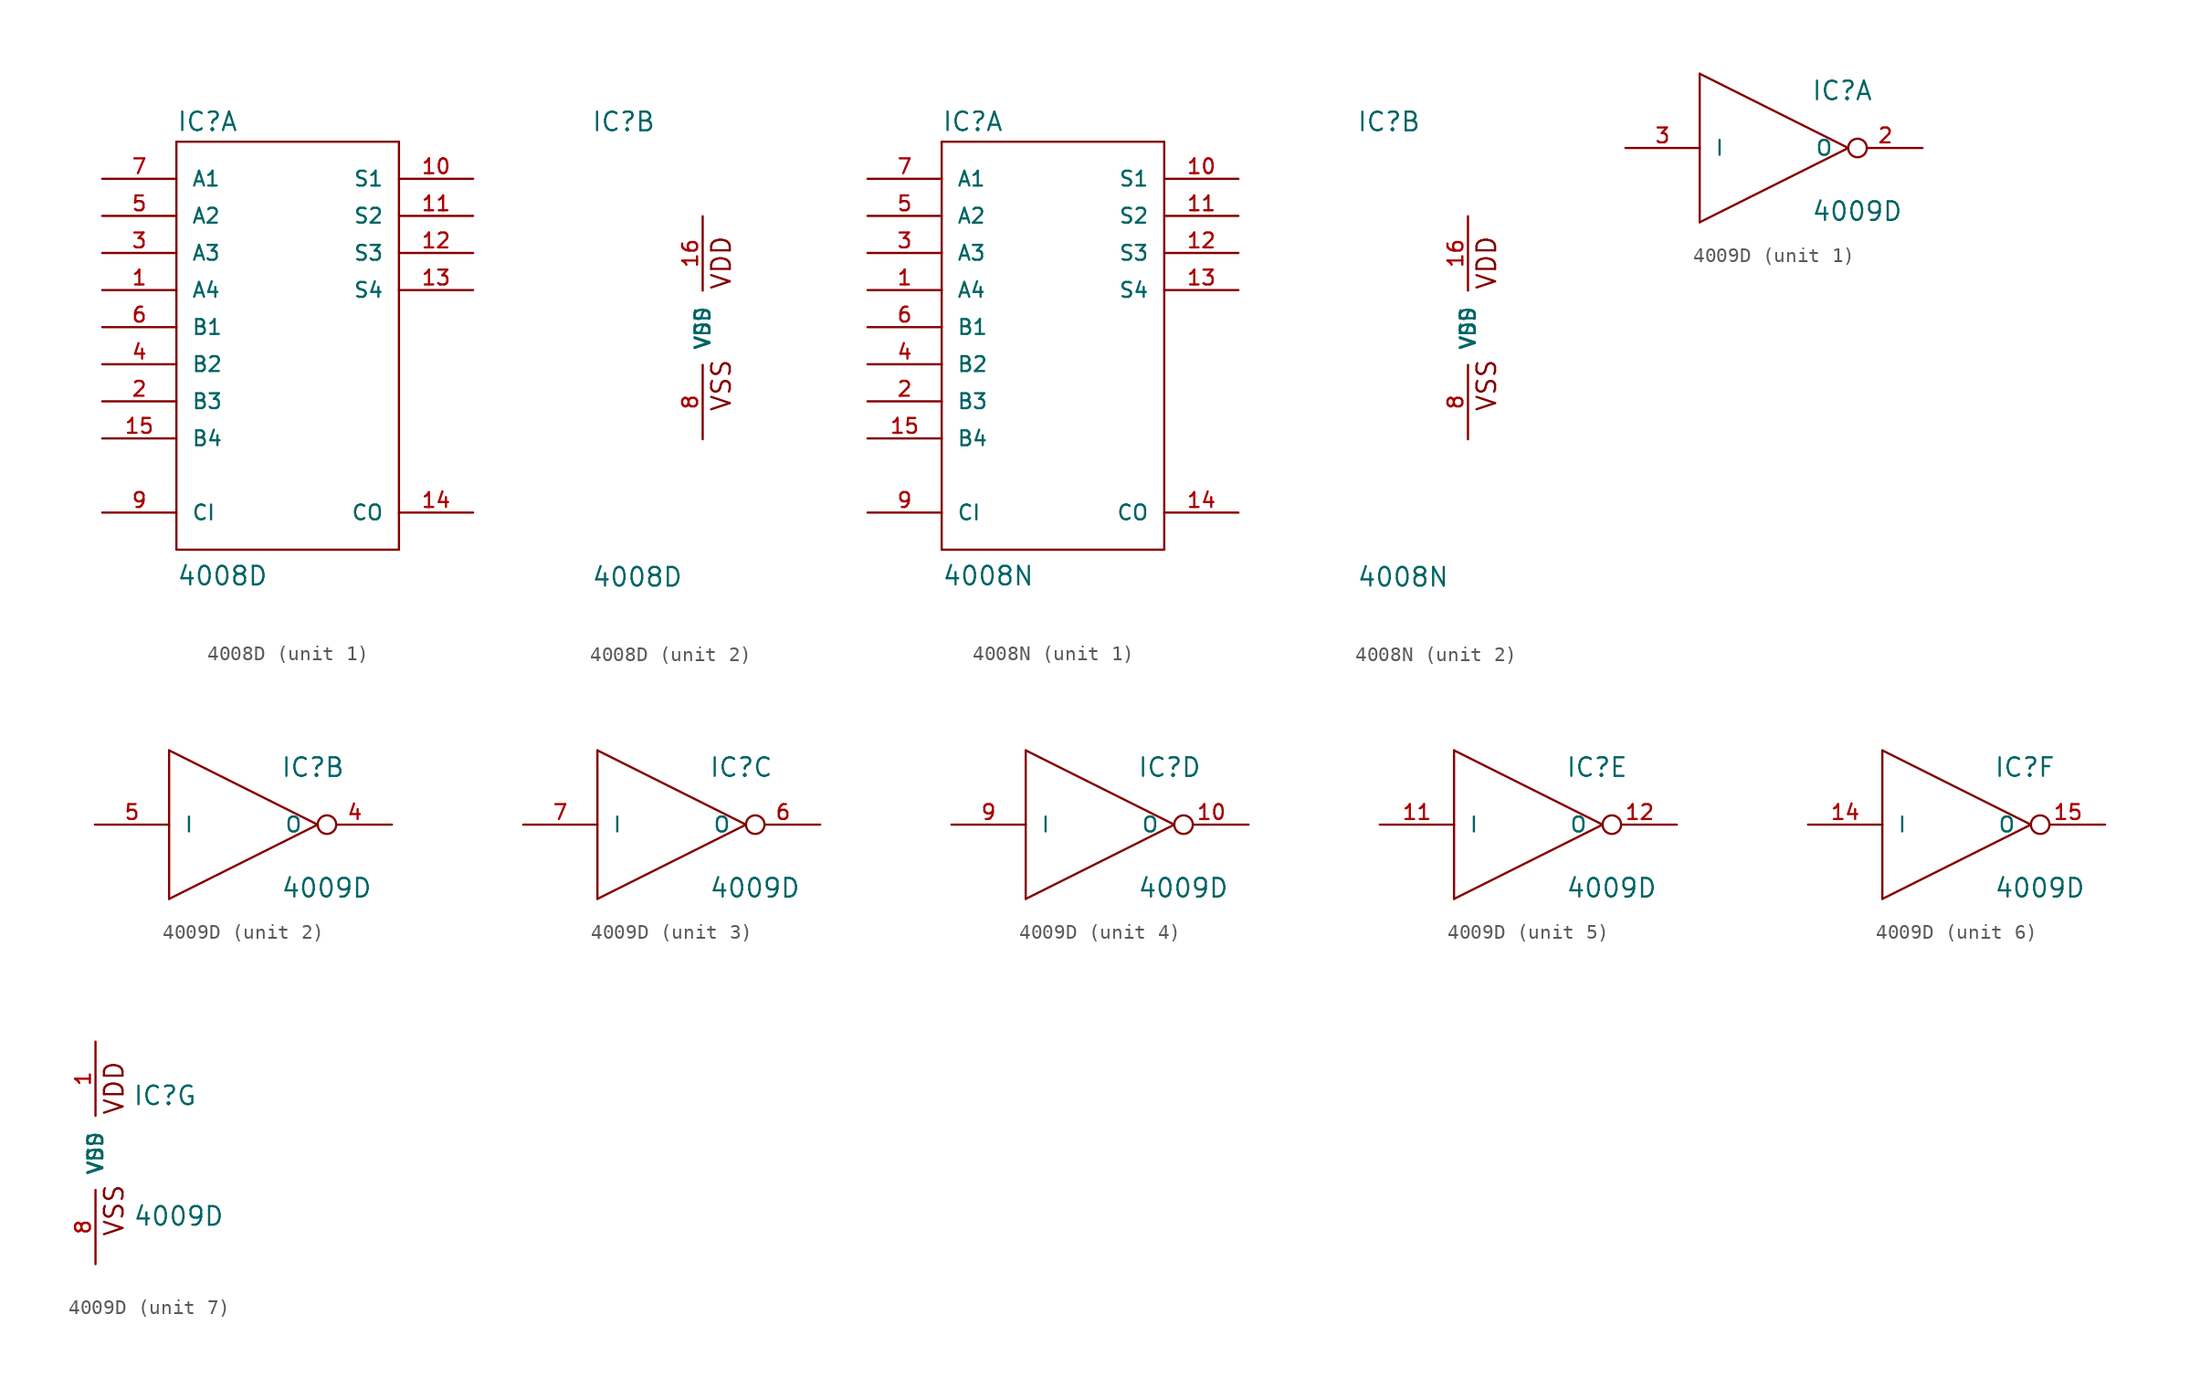
<source format=kicad_sym>
(kicad_symbol_lib
  (version 20211014)
  (generator kicad_symbol_editor)
  (symbol "4008D"
    (pin_names
      (offset 1.016))
    (property "Reference" "IC"
      (at -7.62 13.335 0)
      (effects (font (size 1.27 1.27)) (justify left bottom)))
    (property "Value" "4008D"
      (at -7.62 -17.78 0)
      (effects (font (size 1.27 1.27)) (justify left bottom)))
    (property "ki_locked" ""
      (at 0 0 0)
      (effects (font (size 1.27 1.27))))
    (symbol "4008D_1_0"
      (polyline (pts (xy -7.62 -15.24) (xy 7.62 -15.24)) (stroke (width 0) (type default) (color 0 0 0 0)) (fill (type none)))
      (polyline (pts (xy -7.62 12.7) (xy -7.62 -15.24)) (stroke (width 0) (type default) (color 0 0 0 0)) (fill (type none)))
      (polyline (pts (xy 7.62 -15.24) (xy 7.62 12.7)) (stroke (width 0) (type default) (color 0 0 0 0)) (fill (type none)))
      (polyline (pts (xy 7.62 12.7) (xy -7.62 12.7)) (stroke (width 0) (type default) (color 0 0 0 0)) (fill (type none))))
    (symbol "4008D_1_1"
      (pin input line (at -12.7 2.54 0) (length 5.08) (name "A4" (effects (font (size 1.016 1.016)))) (number "1" (effects (font (size 1.016 1.016)))))
      (pin output line (at 12.7 10.16 180) (length 5.08) (name "S1" (effects (font (size 1.016 1.016)))) (number "10" (effects (font (size 1.016 1.016)))))
      (pin output line (at 12.7 7.62 180) (length 5.08) (name "S2" (effects (font (size 1.016 1.016)))) (number "11" (effects (font (size 1.016 1.016)))))
      (pin output line (at 12.7 5.08 180) (length 5.08) (name "S3" (effects (font (size 1.016 1.016)))) (number "12" (effects (font (size 1.016 1.016)))))
      (pin output line (at 12.7 2.54 180) (length 5.08) (name "S4" (effects (font (size 1.016 1.016)))) (number "13" (effects (font (size 1.016 1.016)))))
      (pin output line (at 12.7 -12.7 180) (length 5.08) (name "CO" (effects (font (size 1.016 1.016)))) (number "14" (effects (font (size 1.016 1.016)))))
      (pin input line (at -12.7 -7.62 0) (length 5.08) (name "B4" (effects (font (size 1.016 1.016)))) (number "15" (effects (font (size 1.016 1.016)))))
      (pin input line (at -12.7 -5.08 0) (length 5.08) (name "B3" (effects (font (size 1.016 1.016)))) (number "2" (effects (font (size 1.016 1.016)))))
      (pin input line (at -12.7 5.08 0) (length 5.08) (name "A3" (effects (font (size 1.016 1.016)))) (number "3" (effects (font (size 1.016 1.016)))))
      (pin input line (at -12.7 -2.54 0) (length 5.08) (name "B2" (effects (font (size 1.016 1.016)))) (number "4" (effects (font (size 1.016 1.016)))))
      (pin input line (at -12.7 7.62 0) (length 5.08) (name "A2" (effects (font (size 1.016 1.016)))) (number "5" (effects (font (size 1.016 1.016)))))
      (pin input line (at -12.7 0 0) (length 5.08) (name "B1" (effects (font (size 1.016 1.016)))) (number "6" (effects (font (size 1.016 1.016)))))
      (pin input line (at -12.7 10.16 0) (length 5.08) (name "A1" (effects (font (size 1.016 1.016)))) (number "7" (effects (font (size 1.016 1.016)))))
      (pin input line (at -12.7 -12.7 0) (length 5.08) (name "CI" (effects (font (size 1.016 1.016)))) (number "9" (effects (font (size 1.016 1.016))))))
    (symbol "4008D_2_0"
      (text "VDD" (at 1.27 4.445 1) (effects (font (size 1.27 1.27))))
      (text "VSS" (at 1.27 -3.937 1) (effects (font (size 1.27 1.27)))))
    (symbol "4008D_2_1"
      (pin power_in line (at 0 7.62 270) (length 5.08) (name "VDD" (effects (font (size 1.016 1.016)))) (number "16" (effects (font (size 1.016 1.016)))))
      (pin power_in line (at 0 -7.62 90) (length 5.08) (name "VSS" (effects (font (size 1.016 1.016)))) (number "8" (effects (font (size 1.016 1.016)))))))
  (symbol "4008N"
    (pin_names
      (offset 1.016))
    (property "Reference" "IC"
      (at -7.62 13.335 0)
      (effects (font (size 1.27 1.27)) (justify left bottom)))
    (property "Value" "4008N"
      (at -7.62 -17.78 0)
      (effects (font (size 1.27 1.27)) (justify left bottom)))
    (property "ki_locked" ""
      (at 0 0 0)
      (effects (font (size 1.27 1.27))))
    (symbol "4008N_1_0"
      (polyline (pts (xy -7.62 -15.24) (xy 7.62 -15.24)) (stroke (width 0) (type default) (color 0 0 0 0)) (fill (type none)))
      (polyline (pts (xy -7.62 12.7) (xy -7.62 -15.24)) (stroke (width 0) (type default) (color 0 0 0 0)) (fill (type none)))
      (polyline (pts (xy 7.62 -15.24) (xy 7.62 12.7)) (stroke (width 0) (type default) (color 0 0 0 0)) (fill (type none)))
      (polyline (pts (xy 7.62 12.7) (xy -7.62 12.7)) (stroke (width 0) (type default) (color 0 0 0 0)) (fill (type none))))
    (symbol "4008N_1_1"
      (pin input line (at -12.7 2.54 0) (length 5.08) (name "A4" (effects (font (size 1.016 1.016)))) (number "1" (effects (font (size 1.016 1.016)))))
      (pin output line (at 12.7 10.16 180) (length 5.08) (name "S1" (effects (font (size 1.016 1.016)))) (number "10" (effects (font (size 1.016 1.016)))))
      (pin output line (at 12.7 7.62 180) (length 5.08) (name "S2" (effects (font (size 1.016 1.016)))) (number "11" (effects (font (size 1.016 1.016)))))
      (pin output line (at 12.7 5.08 180) (length 5.08) (name "S3" (effects (font (size 1.016 1.016)))) (number "12" (effects (font (size 1.016 1.016)))))
      (pin output line (at 12.7 2.54 180) (length 5.08) (name "S4" (effects (font (size 1.016 1.016)))) (number "13" (effects (font (size 1.016 1.016)))))
      (pin output line (at 12.7 -12.7 180) (length 5.08) (name "CO" (effects (font (size 1.016 1.016)))) (number "14" (effects (font (size 1.016 1.016)))))
      (pin input line (at -12.7 -7.62 0) (length 5.08) (name "B4" (effects (font (size 1.016 1.016)))) (number "15" (effects (font (size 1.016 1.016)))))
      (pin input line (at -12.7 -5.08 0) (length 5.08) (name "B3" (effects (font (size 1.016 1.016)))) (number "2" (effects (font (size 1.016 1.016)))))
      (pin input line (at -12.7 5.08 0) (length 5.08) (name "A3" (effects (font (size 1.016 1.016)))) (number "3" (effects (font (size 1.016 1.016)))))
      (pin input line (at -12.7 -2.54 0) (length 5.08) (name "B2" (effects (font (size 1.016 1.016)))) (number "4" (effects (font (size 1.016 1.016)))))
      (pin input line (at -12.7 7.62 0) (length 5.08) (name "A2" (effects (font (size 1.016 1.016)))) (number "5" (effects (font (size 1.016 1.016)))))
      (pin input line (at -12.7 0 0) (length 5.08) (name "B1" (effects (font (size 1.016 1.016)))) (number "6" (effects (font (size 1.016 1.016)))))
      (pin input line (at -12.7 10.16 0) (length 5.08) (name "A1" (effects (font (size 1.016 1.016)))) (number "7" (effects (font (size 1.016 1.016)))))
      (pin input line (at -12.7 -12.7 0) (length 5.08) (name "CI" (effects (font (size 1.016 1.016)))) (number "9" (effects (font (size 1.016 1.016))))))
    (symbol "4008N_2_0"
      (text "VDD" (at 1.27 4.445 1) (effects (font (size 1.27 1.27))))
      (text "VSS" (at 1.27 -3.937 1) (effects (font (size 1.27 1.27)))))
    (symbol "4008N_2_1"
      (pin power_in line (at 0 7.62 270) (length 5.08) (name "VDD" (effects (font (size 1.016 1.016)))) (number "16" (effects (font (size 1.016 1.016)))))
      (pin power_in line (at 0 -7.62 90) (length 5.08) (name "VSS" (effects (font (size 1.016 1.016)))) (number "8" (effects (font (size 1.016 1.016)))))))
  (symbol "4009D"
    (pin_names
      (offset 1.016))
    (property "Reference" "IC"
      (at 2.54 3.175 0)
      (effects (font (size 1.27 1.27)) (justify left bottom)))
    (property "Value" "4009D"
      (at 2.54 -5.08 0)
      (effects (font (size 1.27 1.27)) (justify left bottom)))
    (property "ki_locked" ""
      (at 0 0 0)
      (effects (font (size 1.27 1.27))))
    (symbol "4009D_1_0"
      (polyline (pts (xy -5.08 -5.08) (xy 5.08 0)) (stroke (width 0) (type default) (color 0 0 0 0)) (fill (type none)))
      (polyline (pts (xy -5.08 5.08) (xy -5.08 -5.08)) (stroke (width 0) (type default) (color 0 0 0 0)) (fill (type none)))
      (polyline (pts (xy 5.08 0) (xy -5.08 5.08)) (stroke (width 0) (type default) (color 0 0 0 0)) (fill (type none))))
    (symbol "4009D_1_1"
      (pin output inverted (at 10.16 0 180) (length 5.08) (name "O" (effects (font (size 1.016 1.016)))) (number "2" (effects (font (size 1.016 1.016)))))
      (pin input line (at -10.16 0 0) (length 5.08) (name "I" (effects (font (size 1.016 1.016)))) (number "3" (effects (font (size 1.016 1.016))))))
    (symbol "4009D_2_0"
      (polyline (pts (xy -5.08 -5.08) (xy 5.08 0)) (stroke (width 0) (type default) (color 0 0 0 0)) (fill (type none)))
      (polyline (pts (xy -5.08 5.08) (xy -5.08 -5.08)) (stroke (width 0) (type default) (color 0 0 0 0)) (fill (type none)))
      (polyline (pts (xy 5.08 0) (xy -5.08 5.08)) (stroke (width 0) (type default) (color 0 0 0 0)) (fill (type none))))
    (symbol "4009D_2_1"
      (pin output inverted (at 10.16 0 180) (length 5.08) (name "O" (effects (font (size 1.016 1.016)))) (number "4" (effects (font (size 1.016 1.016)))))
      (pin input line (at -10.16 0 0) (length 5.08) (name "I" (effects (font (size 1.016 1.016)))) (number "5" (effects (font (size 1.016 1.016))))))
    (symbol "4009D_3_0"
      (polyline (pts (xy -5.08 -5.08) (xy 5.08 0)) (stroke (width 0) (type default) (color 0 0 0 0)) (fill (type none)))
      (polyline (pts (xy -5.08 5.08) (xy -5.08 -5.08)) (stroke (width 0) (type default) (color 0 0 0 0)) (fill (type none)))
      (polyline (pts (xy 5.08 0) (xy -5.08 5.08)) (stroke (width 0) (type default) (color 0 0 0 0)) (fill (type none))))
    (symbol "4009D_3_1"
      (pin output inverted (at 10.16 0 180) (length 5.08) (name "O" (effects (font (size 1.016 1.016)))) (number "6" (effects (font (size 1.016 1.016)))))
      (pin input line (at -10.16 0 0) (length 5.08) (name "I" (effects (font (size 1.016 1.016)))) (number "7" (effects (font (size 1.016 1.016))))))
    (symbol "4009D_4_0"
      (polyline (pts (xy -5.08 -5.08) (xy 5.08 0)) (stroke (width 0) (type default) (color 0 0 0 0)) (fill (type none)))
      (polyline (pts (xy -5.08 5.08) (xy -5.08 -5.08)) (stroke (width 0) (type default) (color 0 0 0 0)) (fill (type none)))
      (polyline (pts (xy 5.08 0) (xy -5.08 5.08)) (stroke (width 0) (type default) (color 0 0 0 0)) (fill (type none))))
    (symbol "4009D_4_1"
      (pin output inverted (at 10.16 0 180) (length 5.08) (name "O" (effects (font (size 1.016 1.016)))) (number "10" (effects (font (size 1.016 1.016)))))
      (pin input line (at -10.16 0 0) (length 5.08) (name "I" (effects (font (size 1.016 1.016)))) (number "9" (effects (font (size 1.016 1.016))))))
    (symbol "4009D_5_0"
      (polyline (pts (xy -5.08 -5.08) (xy 5.08 0)) (stroke (width 0) (type default) (color 0 0 0 0)) (fill (type none)))
      (polyline (pts (xy -5.08 5.08) (xy -5.08 -5.08)) (stroke (width 0) (type default) (color 0 0 0 0)) (fill (type none)))
      (polyline (pts (xy 5.08 0) (xy -5.08 5.08)) (stroke (width 0) (type default) (color 0 0 0 0)) (fill (type none))))
    (symbol "4009D_5_1"
      (pin input line (at -10.16 0 0) (length 5.08) (name "I" (effects (font (size 1.016 1.016)))) (number "11" (effects (font (size 1.016 1.016)))))
      (pin output inverted (at 10.16 0 180) (length 5.08) (name "O" (effects (font (size 1.016 1.016)))) (number "12" (effects (font (size 1.016 1.016))))))
    (symbol "4009D_6_0"
      (polyline (pts (xy -5.08 -5.08) (xy 5.08 0)) (stroke (width 0) (type default) (color 0 0 0 0)) (fill (type none)))
      (polyline (pts (xy -5.08 5.08) (xy -5.08 -5.08)) (stroke (width 0) (type default) (color 0 0 0 0)) (fill (type none)))
      (polyline (pts (xy 5.08 0) (xy -5.08 5.08)) (stroke (width 0) (type default) (color 0 0 0 0)) (fill (type none))))
    (symbol "4009D_6_1"
      (pin input line (at -10.16 0 0) (length 5.08) (name "I" (effects (font (size 1.016 1.016)))) (number "14" (effects (font (size 1.016 1.016)))))
      (pin output inverted (at 10.16 0 180) (length 5.08) (name "O" (effects (font (size 1.016 1.016)))) (number "15" (effects (font (size 1.016 1.016))))))
    (symbol "4009D_7_0"
      (text "VDD" (at 1.27 4.445 1) (effects (font (size 1.27 1.27))))
      (text "VSS" (at 1.27 -3.937 1) (effects (font (size 1.27 1.27)))))
    (symbol "4009D_7_1"
      (pin power_in line (at 0 7.62 270) (length 5.08) (name "VDD" (effects (font (size 1.016 1.016)))) (number "1" (effects (font (size 1.016 1.016)))))
      (pin power_in line (at 0 -7.62 90) (length 5.08) (name "VSS" (effects (font (size 1.016 1.016)))) (number "8" (effects (font (size 1.016 1.016))))))))
</source>
